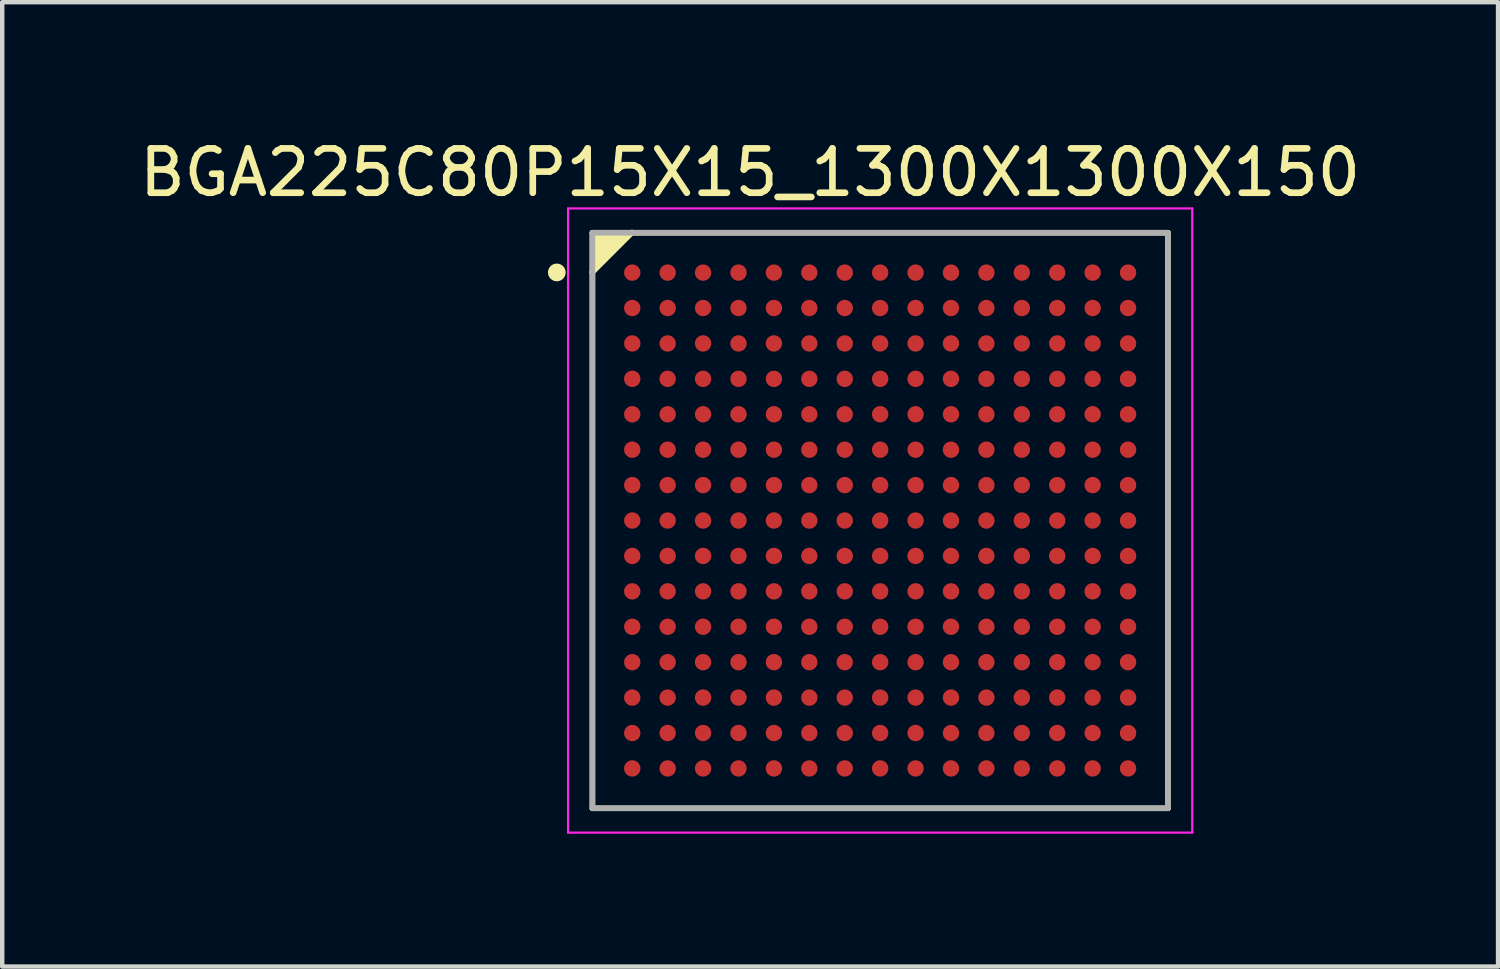
<source format=kicad_pcb>
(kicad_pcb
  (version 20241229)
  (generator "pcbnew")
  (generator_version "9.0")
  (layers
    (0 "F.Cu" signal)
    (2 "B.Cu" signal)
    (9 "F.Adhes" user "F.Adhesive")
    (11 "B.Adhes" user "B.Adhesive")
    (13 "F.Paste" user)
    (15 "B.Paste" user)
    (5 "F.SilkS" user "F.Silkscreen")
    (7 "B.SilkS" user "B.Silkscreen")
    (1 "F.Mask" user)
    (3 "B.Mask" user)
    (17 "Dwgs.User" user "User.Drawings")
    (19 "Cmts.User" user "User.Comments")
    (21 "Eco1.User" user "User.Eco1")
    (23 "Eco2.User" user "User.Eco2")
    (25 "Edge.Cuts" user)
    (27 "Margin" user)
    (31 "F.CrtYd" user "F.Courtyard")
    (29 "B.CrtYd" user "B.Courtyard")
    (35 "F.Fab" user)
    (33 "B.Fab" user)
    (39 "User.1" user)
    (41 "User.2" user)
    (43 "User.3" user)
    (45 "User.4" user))
  (footprint "BGA225C80P15X15_1300X1300X150"
    (layer "F.Cu")
    (at 16.832 8.708)
    (property "Reference" "BGA225C80P15X15_1300X1300X150" (at -2.937 -7.86 0) (layer "F.SilkS") (effects (font (size 1.001 1.001) (thickness 0.15))))
    (attr smd)
    (fp_line (start -6.506 -5.606) (end -5.606 -6.506) (stroke (width 0.127) (type solid)) (layer "F.SilkS"))
    (fp_line (start -6.5 -6.5) (end 6.5 -6.5) (stroke (width 0.127) (type solid)) (layer "F.SilkS"))
    (fp_line (start -6.5 6.5) (end -6.5 -6.5) (stroke (width 0.127) (type solid)) (layer "F.SilkS"))
    (fp_line (start 6.5 -6.5) (end 6.5 6.5) (stroke (width 0.127) (type solid)) (layer "F.SilkS"))
    (fp_line (start 6.5 6.5) (end -6.5 6.5) (stroke (width 0.127) (type solid)) (layer "F.SilkS"))
    (fp_circle (center -7.304 -5.604) (end -7.204 -5.604) (stroke (width 0.2) (type solid)) (fill no) (layer "F.SilkS"))
    (fp_poly (pts (xy -6.5 -6.5) (xy -5.6 -6.5) (xy -6.5 -5.6)) (stroke (width 0.05) (type solid)) (fill yes) (layer "F.SilkS"))
    (fp_line (start -7.05 -7.05) (end 7.05 -7.05) (stroke (width 0.05) (type solid)) (layer "F.CrtYd"))
    (fp_line (start -7.05 7.05) (end -7.05 -7.05) (stroke (width 0.05) (type solid)) (layer "F.CrtYd"))
    (fp_line (start 7.05 -7.05) (end 7.05 7.05) (stroke (width 0.05) (type solid)) (layer "F.CrtYd"))
    (fp_line (start 7.05 7.05) (end -7.05 7.05) (stroke (width 0.05) (type solid)) (layer "F.CrtYd"))
    (fp_line (start -6.5 -6.5) (end 6.5 -6.5) (stroke (width 0.127) (type solid)) (layer "F.Fab"))
    (fp_line (start -6.5 6.5) (end -6.5 -6.5) (stroke (width 0.127) (type solid)) (layer "F.Fab"))
    (fp_line (start 6.5 -6.5) (end 6.5 6.5) (stroke (width 0.127) (type solid)) (layer "F.Fab"))
    (fp_line (start 6.5 6.5) (end -6.5 6.5) (stroke (width 0.127) (type solid)) (layer "F.Fab"))
    (pad "A1" smd circle (at -5.6 -5.6) (size 0.37 0.37) (layers "F.Cu" "F.Mask" "F.Paste"))
    (pad "A2" smd circle (at -4.8 -5.6) (size 0.37 0.37) (layers "F.Cu" "F.Mask" "F.Paste"))
    (pad "A3" smd circle (at -4 -5.6) (size 0.37 0.37) (layers "F.Cu" "F.Mask" "F.Paste"))
    (pad "A4" smd circle (at -3.2 -5.6) (size 0.37 0.37) (layers "F.Cu" "F.Mask" "F.Paste"))
    (pad "A5" smd circle (at -2.4 -5.6) (size 0.37 0.37) (layers "F.Cu" "F.Mask" "F.Paste"))
    (pad "A6" smd circle (at -1.6 -5.6) (size 0.37 0.37) (layers "F.Cu" "F.Mask" "F.Paste"))
    (pad "A7" smd circle (at -0.8 -5.6) (size 0.37 0.37) (layers "F.Cu" "F.Mask" "F.Paste"))
    (pad "A8" smd circle (at 0 -5.6) (size 0.37 0.37) (layers "F.Cu" "F.Mask" "F.Paste"))
    (pad "A9" smd circle (at 0.8 -5.6) (size 0.37 0.37) (layers "F.Cu" "F.Mask" "F.Paste"))
    (pad "A10" smd circle (at 1.6 -5.6) (size 0.37 0.37) (layers "F.Cu" "F.Mask" "F.Paste"))
    (pad "A11" smd circle (at 2.4 -5.6) (size 0.37 0.37) (layers "F.Cu" "F.Mask" "F.Paste"))
    (pad "A12" smd circle (at 3.2 -5.6) (size 0.37 0.37) (layers "F.Cu" "F.Mask" "F.Paste"))
    (pad "A13" smd circle (at 4 -5.6) (size 0.37 0.37) (layers "F.Cu" "F.Mask" "F.Paste"))
    (pad "A14" smd circle (at 4.8 -5.6) (size 0.37 0.37) (layers "F.Cu" "F.Mask" "F.Paste"))
    (pad "A15" smd circle (at 5.6 -5.6) (size 0.37 0.37) (layers "F.Cu" "F.Mask" "F.Paste"))
    (pad "B1" smd circle (at -5.6 -4.8) (size 0.37 0.37) (layers "F.Cu" "F.Mask" "F.Paste"))
    (pad "B2" smd circle (at -4.8 -4.8) (size 0.37 0.37) (layers "F.Cu" "F.Mask" "F.Paste"))
    (pad "B3" smd circle (at -4 -4.8) (size 0.37 0.37) (layers "F.Cu" "F.Mask" "F.Paste"))
    (pad "B4" smd circle (at -3.2 -4.8) (size 0.37 0.37) (layers "F.Cu" "F.Mask" "F.Paste"))
    (pad "B5" smd circle (at -2.4 -4.8) (size 0.37 0.37) (layers "F.Cu" "F.Mask" "F.Paste"))
    (pad "B6" smd circle (at -1.6 -4.8) (size 0.37 0.37) (layers "F.Cu" "F.Mask" "F.Paste"))
    (pad "B7" smd circle (at -0.8 -4.8) (size 0.37 0.37) (layers "F.Cu" "F.Mask" "F.Paste"))
    (pad "B8" smd circle (at 0 -4.8) (size 0.37 0.37) (layers "F.Cu" "F.Mask" "F.Paste"))
    (pad "B9" smd circle (at 0.8 -4.8) (size 0.37 0.37) (layers "F.Cu" "F.Mask" "F.Paste"))
    (pad "B10" smd circle (at 1.6 -4.8) (size 0.37 0.37) (layers "F.Cu" "F.Mask" "F.Paste"))
    (pad "B11" smd circle (at 2.4 -4.8) (size 0.37 0.37) (layers "F.Cu" "F.Mask" "F.Paste"))
    (pad "B12" smd circle (at 3.2 -4.8) (size 0.37 0.37) (layers "F.Cu" "F.Mask" "F.Paste"))
    (pad "B13" smd circle (at 4 -4.8) (size 0.37 0.37) (layers "F.Cu" "F.Mask" "F.Paste"))
    (pad "B14" smd circle (at 4.8 -4.8) (size 0.37 0.37) (layers "F.Cu" "F.Mask" "F.Paste"))
    (pad "B15" smd circle (at 5.6 -4.8) (size 0.37 0.37) (layers "F.Cu" "F.Mask" "F.Paste"))
    (pad "C1" smd circle (at -5.6 -4) (size 0.37 0.37) (layers "F.Cu" "F.Mask" "F.Paste"))
    (pad "C2" smd circle (at -4.8 -4) (size 0.37 0.37) (layers "F.Cu" "F.Mask" "F.Paste"))
    (pad "C3" smd circle (at -4 -4) (size 0.37 0.37) (layers "F.Cu" "F.Mask" "F.Paste"))
    (pad "C4" smd circle (at -3.2 -4) (size 0.37 0.37) (layers "F.Cu" "F.Mask" "F.Paste"))
    (pad "C5" smd circle (at -2.4 -4) (size 0.37 0.37) (layers "F.Cu" "F.Mask" "F.Paste"))
    (pad "C6" smd circle (at -1.6 -4) (size 0.37 0.37) (layers "F.Cu" "F.Mask" "F.Paste"))
    (pad "C7" smd circle (at -0.8 -4) (size 0.37 0.37) (layers "F.Cu" "F.Mask" "F.Paste"))
    (pad "C8" smd circle (at 0 -4) (size 0.37 0.37) (layers "F.Cu" "F.Mask" "F.Paste"))
    (pad "C9" smd circle (at 0.8 -4) (size 0.37 0.37) (layers "F.Cu" "F.Mask" "F.Paste"))
    (pad "C10" smd circle (at 1.6 -4) (size 0.37 0.37) (layers "F.Cu" "F.Mask" "F.Paste"))
    (pad "C11" smd circle (at 2.4 -4) (size 0.37 0.37) (layers "F.Cu" "F.Mask" "F.Paste"))
    (pad "C12" smd circle (at 3.2 -4) (size 0.37 0.37) (layers "F.Cu" "F.Mask" "F.Paste"))
    (pad "C13" smd circle (at 4 -4) (size 0.37 0.37) (layers "F.Cu" "F.Mask" "F.Paste"))
    (pad "C14" smd circle (at 4.8 -4) (size 0.37 0.37) (layers "F.Cu" "F.Mask" "F.Paste"))
    (pad "C15" smd circle (at 5.6 -4) (size 0.37 0.37) (layers "F.Cu" "F.Mask" "F.Paste"))
    (pad "D1" smd circle (at -5.6 -3.2) (size 0.37 0.37) (layers "F.Cu" "F.Mask" "F.Paste"))
    (pad "D2" smd circle (at -4.8 -3.2) (size 0.37 0.37) (layers "F.Cu" "F.Mask" "F.Paste"))
    (pad "D3" smd circle (at -4 -3.2) (size 0.37 0.37) (layers "F.Cu" "F.Mask" "F.Paste"))
    (pad "D4" smd circle (at -3.2 -3.2) (size 0.37 0.37) (layers "F.Cu" "F.Mask" "F.Paste"))
    (pad "D5" smd circle (at -2.4 -3.2) (size 0.37 0.37) (layers "F.Cu" "F.Mask" "F.Paste"))
    (pad "D6" smd circle (at -1.6 -3.2) (size 0.37 0.37) (layers "F.Cu" "F.Mask" "F.Paste"))
    (pad "D7" smd circle (at -0.8 -3.2) (size 0.37 0.37) (layers "F.Cu" "F.Mask" "F.Paste"))
    (pad "D8" smd circle (at 0 -3.2) (size 0.37 0.37) (layers "F.Cu" "F.Mask" "F.Paste"))
    (pad "D9" smd circle (at 0.8 -3.2) (size 0.37 0.37) (layers "F.Cu" "F.Mask" "F.Paste"))
    (pad "D10" smd circle (at 1.6 -3.2) (size 0.37 0.37) (layers "F.Cu" "F.Mask" "F.Paste"))
    (pad "D11" smd circle (at 2.4 -3.2) (size 0.37 0.37) (layers "F.Cu" "F.Mask" "F.Paste"))
    (pad "D12" smd circle (at 3.2 -3.2) (size 0.37 0.37) (layers "F.Cu" "F.Mask" "F.Paste"))
    (pad "D13" smd circle (at 4 -3.2) (size 0.37 0.37) (layers "F.Cu" "F.Mask" "F.Paste"))
    (pad "D14" smd circle (at 4.8 -3.2) (size 0.37 0.37) (layers "F.Cu" "F.Mask" "F.Paste"))
    (pad "D15" smd circle (at 5.6 -3.2) (size 0.37 0.37) (layers "F.Cu" "F.Mask" "F.Paste"))
    (pad "E1" smd circle (at -5.6 -2.4) (size 0.37 0.37) (layers "F.Cu" "F.Mask" "F.Paste"))
    (pad "E2" smd circle (at -4.8 -2.4) (size 0.37 0.37) (layers "F.Cu" "F.Mask" "F.Paste"))
    (pad "E3" smd circle (at -4 -2.4) (size 0.37 0.37) (layers "F.Cu" "F.Mask" "F.Paste"))
    (pad "E4" smd circle (at -3.2 -2.4) (size 0.37 0.37) (layers "F.Cu" "F.Mask" "F.Paste"))
    (pad "E5" smd circle (at -2.4 -2.4) (size 0.37 0.37) (layers "F.Cu" "F.Mask" "F.Paste"))
    (pad "E6" smd circle (at -1.6 -2.4) (size 0.37 0.37) (layers "F.Cu" "F.Mask" "F.Paste"))
    (pad "E7" smd circle (at -0.8 -2.4) (size 0.37 0.37) (layers "F.Cu" "F.Mask" "F.Paste"))
    (pad "E8" smd circle (at 0 -2.4) (size 0.37 0.37) (layers "F.Cu" "F.Mask" "F.Paste"))
    (pad "E9" smd circle (at 0.8 -2.4) (size 0.37 0.37) (layers "F.Cu" "F.Mask" "F.Paste"))
    (pad "E10" smd circle (at 1.6 -2.4) (size 0.37 0.37) (layers "F.Cu" "F.Mask" "F.Paste"))
    (pad "E11" smd circle (at 2.4 -2.4) (size 0.37 0.37) (layers "F.Cu" "F.Mask" "F.Paste"))
    (pad "E12" smd circle (at 3.2 -2.4) (size 0.37 0.37) (layers "F.Cu" "F.Mask" "F.Paste"))
    (pad "E13" smd circle (at 4 -2.4) (size 0.37 0.37) (layers "F.Cu" "F.Mask" "F.Paste"))
    (pad "E14" smd circle (at 4.8 -2.4) (size 0.37 0.37) (layers "F.Cu" "F.Mask" "F.Paste"))
    (pad "E15" smd circle (at 5.6 -2.4) (size 0.37 0.37) (layers "F.Cu" "F.Mask" "F.Paste"))
    (pad "F1" smd circle (at -5.6 -1.6) (size 0.37 0.37) (layers "F.Cu" "F.Mask" "F.Paste"))
    (pad "F2" smd circle (at -4.8 -1.6) (size 0.37 0.37) (layers "F.Cu" "F.Mask" "F.Paste"))
    (pad "F3" smd circle (at -4 -1.6) (size 0.37 0.37) (layers "F.Cu" "F.Mask" "F.Paste"))
    (pad "F4" smd circle (at -3.2 -1.6) (size 0.37 0.37) (layers "F.Cu" "F.Mask" "F.Paste"))
    (pad "F5" smd circle (at -2.4 -1.6) (size 0.37 0.37) (layers "F.Cu" "F.Mask" "F.Paste"))
    (pad "F6" smd circle (at -1.6 -1.6) (size 0.37 0.37) (layers "F.Cu" "F.Mask" "F.Paste"))
    (pad "F7" smd circle (at -0.8 -1.6) (size 0.37 0.37) (layers "F.Cu" "F.Mask" "F.Paste"))
    (pad "F8" smd circle (at 0 -1.6) (size 0.37 0.37) (layers "F.Cu" "F.Mask" "F.Paste"))
    (pad "F9" smd circle (at 0.8 -1.6) (size 0.37 0.37) (layers "F.Cu" "F.Mask" "F.Paste"))
    (pad "F10" smd circle (at 1.6 -1.6) (size 0.37 0.37) (layers "F.Cu" "F.Mask" "F.Paste"))
    (pad "F11" smd circle (at 2.4 -1.6) (size 0.37 0.37) (layers "F.Cu" "F.Mask" "F.Paste"))
    (pad "F12" smd circle (at 3.2 -1.6) (size 0.37 0.37) (layers "F.Cu" "F.Mask" "F.Paste"))
    (pad "F13" smd circle (at 4 -1.6) (size 0.37 0.37) (layers "F.Cu" "F.Mask" "F.Paste"))
    (pad "F14" smd circle (at 4.8 -1.6) (size 0.37 0.37) (layers "F.Cu" "F.Mask" "F.Paste"))
    (pad "F15" smd circle (at 5.6 -1.6) (size 0.37 0.37) (layers "F.Cu" "F.Mask" "F.Paste"))
    (pad "G1" smd circle (at -5.6 -0.8) (size 0.37 0.37) (layers "F.Cu" "F.Mask" "F.Paste"))
    (pad "G2" smd circle (at -4.8 -0.8) (size 0.37 0.37) (layers "F.Cu" "F.Mask" "F.Paste"))
    (pad "G3" smd circle (at -4 -0.8) (size 0.37 0.37) (layers "F.Cu" "F.Mask" "F.Paste"))
    (pad "G4" smd circle (at -3.2 -0.8) (size 0.37 0.37) (layers "F.Cu" "F.Mask" "F.Paste"))
    (pad "G5" smd circle (at -2.4 -0.8) (size 0.37 0.37) (layers "F.Cu" "F.Mask" "F.Paste"))
    (pad "G6" smd circle (at -1.6 -0.8) (size 0.37 0.37) (layers "F.Cu" "F.Mask" "F.Paste"))
    (pad "G7" smd circle (at -0.8 -0.8) (size 0.37 0.37) (layers "F.Cu" "F.Mask" "F.Paste"))
    (pad "G8" smd circle (at 0 -0.8) (size 0.37 0.37) (layers "F.Cu" "F.Mask" "F.Paste"))
    (pad "G9" smd circle (at 0.8 -0.8) (size 0.37 0.37) (layers "F.Cu" "F.Mask" "F.Paste"))
    (pad "G10" smd circle (at 1.6 -0.8) (size 0.37 0.37) (layers "F.Cu" "F.Mask" "F.Paste"))
    (pad "G11" smd circle (at 2.4 -0.8) (size 0.37 0.37) (layers "F.Cu" "F.Mask" "F.Paste"))
    (pad "G12" smd circle (at 3.2 -0.8) (size 0.37 0.37) (layers "F.Cu" "F.Mask" "F.Paste"))
    (pad "G13" smd circle (at 4 -0.8) (size 0.37 0.37) (layers "F.Cu" "F.Mask" "F.Paste"))
    (pad "G14" smd circle (at 4.8 -0.8) (size 0.37 0.37) (layers "F.Cu" "F.Mask" "F.Paste"))
    (pad "G15" smd circle (at 5.6 -0.8) (size 0.37 0.37) (layers "F.Cu" "F.Mask" "F.Paste"))
    (pad "H1" smd circle (at -5.6 0) (size 0.37 0.37) (layers "F.Cu" "F.Mask" "F.Paste"))
    (pad "H2" smd circle (at -4.8 0) (size 0.37 0.37) (layers "F.Cu" "F.Mask" "F.Paste"))
    (pad "H3" smd circle (at -4 0) (size 0.37 0.37) (layers "F.Cu" "F.Mask" "F.Paste"))
    (pad "H4" smd circle (at -3.2 0) (size 0.37 0.37) (layers "F.Cu" "F.Mask" "F.Paste"))
    (pad "H5" smd circle (at -2.4 0) (size 0.37 0.37) (layers "F.Cu" "F.Mask" "F.Paste"))
    (pad "H6" smd circle (at -1.6 0) (size 0.37 0.37) (layers "F.Cu" "F.Mask" "F.Paste"))
    (pad "H7" smd circle (at -0.8 0) (size 0.37 0.37) (layers "F.Cu" "F.Mask" "F.Paste"))
    (pad "H8" smd circle (at 0 0) (size 0.37 0.37) (layers "F.Cu" "F.Mask" "F.Paste"))
    (pad "H9" smd circle (at 0.8 0) (size 0.37 0.37) (layers "F.Cu" "F.Mask" "F.Paste"))
    (pad "H10" smd circle (at 1.6 0) (size 0.37 0.37) (layers "F.Cu" "F.Mask" "F.Paste"))
    (pad "H11" smd circle (at 2.4 0) (size 0.37 0.37) (layers "F.Cu" "F.Mask" "F.Paste"))
    (pad "H12" smd circle (at 3.2 0) (size 0.37 0.37) (layers "F.Cu" "F.Mask" "F.Paste"))
    (pad "H13" smd circle (at 4 0) (size 0.37 0.37) (layers "F.Cu" "F.Mask" "F.Paste"))
    (pad "H14" smd circle (at 4.8 0) (size 0.37 0.37) (layers "F.Cu" "F.Mask" "F.Paste"))
    (pad "H15" smd circle (at 5.6 0) (size 0.37 0.37) (layers "F.Cu" "F.Mask" "F.Paste"))
    (pad "J1" smd circle (at -5.6 0.8) (size 0.37 0.37) (layers "F.Cu" "F.Mask" "F.Paste"))
    (pad "J2" smd circle (at -4.8 0.8) (size 0.37 0.37) (layers "F.Cu" "F.Mask" "F.Paste"))
    (pad "J3" smd circle (at -4 0.8) (size 0.37 0.37) (layers "F.Cu" "F.Mask" "F.Paste"))
    (pad "J4" smd circle (at -3.2 0.8) (size 0.37 0.37) (layers "F.Cu" "F.Mask" "F.Paste"))
    (pad "J5" smd circle (at -2.4 0.8) (size 0.37 0.37) (layers "F.Cu" "F.Mask" "F.Paste"))
    (pad "J6" smd circle (at -1.6 0.8) (size 0.37 0.37) (layers "F.Cu" "F.Mask" "F.Paste"))
    (pad "J7" smd circle (at -0.8 0.8) (size 0.37 0.37) (layers "F.Cu" "F.Mask" "F.Paste"))
    (pad "J8" smd circle (at 0 0.8) (size 0.37 0.37) (layers "F.Cu" "F.Mask" "F.Paste"))
    (pad "J9" smd circle (at 0.8 0.8) (size 0.37 0.37) (layers "F.Cu" "F.Mask" "F.Paste"))
    (pad "J10" smd circle (at 1.6 0.8) (size 0.37 0.37) (layers "F.Cu" "F.Mask" "F.Paste"))
    (pad "J11" smd circle (at 2.4 0.8) (size 0.37 0.37) (layers "F.Cu" "F.Mask" "F.Paste"))
    (pad "J12" smd circle (at 3.2 0.8) (size 0.37 0.37) (layers "F.Cu" "F.Mask" "F.Paste"))
    (pad "J13" smd circle (at 4 0.8) (size 0.37 0.37) (layers "F.Cu" "F.Mask" "F.Paste"))
    (pad "J14" smd circle (at 4.8 0.8) (size 0.37 0.37) (layers "F.Cu" "F.Mask" "F.Paste"))
    (pad "J15" smd circle (at 5.6 0.8) (size 0.37 0.37) (layers "F.Cu" "F.Mask" "F.Paste"))
    (pad "K1" smd circle (at -5.6 1.6) (size 0.37 0.37) (layers "F.Cu" "F.Mask" "F.Paste"))
    (pad "K2" smd circle (at -4.8 1.6) (size 0.37 0.37) (layers "F.Cu" "F.Mask" "F.Paste"))
    (pad "K3" smd circle (at -4 1.6) (size 0.37 0.37) (layers "F.Cu" "F.Mask" "F.Paste"))
    (pad "K4" smd circle (at -3.2 1.6) (size 0.37 0.37) (layers "F.Cu" "F.Mask" "F.Paste"))
    (pad "K5" smd circle (at -2.4 1.6) (size 0.37 0.37) (layers "F.Cu" "F.Mask" "F.Paste"))
    (pad "K6" smd circle (at -1.6 1.6) (size 0.37 0.37) (layers "F.Cu" "F.Mask" "F.Paste"))
    (pad "K7" smd circle (at -0.8 1.6) (size 0.37 0.37) (layers "F.Cu" "F.Mask" "F.Paste"))
    (pad "K8" smd circle (at 0 1.6) (size 0.37 0.37) (layers "F.Cu" "F.Mask" "F.Paste"))
    (pad "K9" smd circle (at 0.8 1.6) (size 0.37 0.37) (layers "F.Cu" "F.Mask" "F.Paste"))
    (pad "K10" smd circle (at 1.6 1.6) (size 0.37 0.37) (layers "F.Cu" "F.Mask" "F.Paste"))
    (pad "K11" smd circle (at 2.4 1.6) (size 0.37 0.37) (layers "F.Cu" "F.Mask" "F.Paste"))
    (pad "K12" smd circle (at 3.2 1.6) (size 0.37 0.37) (layers "F.Cu" "F.Mask" "F.Paste"))
    (pad "K13" smd circle (at 4 1.6) (size 0.37 0.37) (layers "F.Cu" "F.Mask" "F.Paste"))
    (pad "K14" smd circle (at 4.8 1.6) (size 0.37 0.37) (layers "F.Cu" "F.Mask" "F.Paste"))
    (pad "K15" smd circle (at 5.6 1.6) (size 0.37 0.37) (layers "F.Cu" "F.Mask" "F.Paste"))
    (pad "L1" smd circle (at -5.6 2.4) (size 0.37 0.37) (layers "F.Cu" "F.Mask" "F.Paste"))
    (pad "L2" smd circle (at -4.8 2.4) (size 0.37 0.37) (layers "F.Cu" "F.Mask" "F.Paste"))
    (pad "L3" smd circle (at -4 2.4) (size 0.37 0.37) (layers "F.Cu" "F.Mask" "F.Paste"))
    (pad "L4" smd circle (at -3.2 2.4) (size 0.37 0.37) (layers "F.Cu" "F.Mask" "F.Paste"))
    (pad "L5" smd circle (at -2.4 2.4) (size 0.37 0.37) (layers "F.Cu" "F.Mask" "F.Paste"))
    (pad "L6" smd circle (at -1.6 2.4) (size 0.37 0.37) (layers "F.Cu" "F.Mask" "F.Paste"))
    (pad "L7" smd circle (at -0.8 2.4) (size 0.37 0.37) (layers "F.Cu" "F.Mask" "F.Paste"))
    (pad "L8" smd circle (at 0 2.4) (size 0.37 0.37) (layers "F.Cu" "F.Mask" "F.Paste"))
    (pad "L9" smd circle (at 0.8 2.4) (size 0.37 0.37) (layers "F.Cu" "F.Mask" "F.Paste"))
    (pad "L10" smd circle (at 1.6 2.4) (size 0.37 0.37) (layers "F.Cu" "F.Mask" "F.Paste"))
    (pad "L11" smd circle (at 2.4 2.4) (size 0.37 0.37) (layers "F.Cu" "F.Mask" "F.Paste"))
    (pad "L12" smd circle (at 3.2 2.4) (size 0.37 0.37) (layers "F.Cu" "F.Mask" "F.Paste"))
    (pad "L13" smd circle (at 4 2.4) (size 0.37 0.37) (layers "F.Cu" "F.Mask" "F.Paste"))
    (pad "L14" smd circle (at 4.8 2.4) (size 0.37 0.37) (layers "F.Cu" "F.Mask" "F.Paste"))
    (pad "L15" smd circle (at 5.6 2.4) (size 0.37 0.37) (layers "F.Cu" "F.Mask" "F.Paste"))
    (pad "M1" smd circle (at -5.6 3.2) (size 0.37 0.37) (layers "F.Cu" "F.Mask" "F.Paste"))
    (pad "M2" smd circle (at -4.8 3.2) (size 0.37 0.37) (layers "F.Cu" "F.Mask" "F.Paste"))
    (pad "M3" smd circle (at -4 3.2) (size 0.37 0.37) (layers "F.Cu" "F.Mask" "F.Paste"))
    (pad "M4" smd circle (at -3.2 3.2) (size 0.37 0.37) (layers "F.Cu" "F.Mask" "F.Paste"))
    (pad "M5" smd circle (at -2.4 3.2) (size 0.37 0.37) (layers "F.Cu" "F.Mask" "F.Paste"))
    (pad "M6" smd circle (at -1.6 3.2) (size 0.37 0.37) (layers "F.Cu" "F.Mask" "F.Paste"))
    (pad "M7" smd circle (at -0.8 3.2) (size 0.37 0.37) (layers "F.Cu" "F.Mask" "F.Paste"))
    (pad "M8" smd circle (at 0 3.2) (size 0.37 0.37) (layers "F.Cu" "F.Mask" "F.Paste"))
    (pad "M9" smd circle (at 0.8 3.2) (size 0.37 0.37) (layers "F.Cu" "F.Mask" "F.Paste"))
    (pad "M10" smd circle (at 1.6 3.2) (size 0.37 0.37) (layers "F.Cu" "F.Mask" "F.Paste"))
    (pad "M11" smd circle (at 2.4 3.2) (size 0.37 0.37) (layers "F.Cu" "F.Mask" "F.Paste"))
    (pad "M12" smd circle (at 3.2 3.2) (size 0.37 0.37) (layers "F.Cu" "F.Mask" "F.Paste"))
    (pad "M13" smd circle (at 4 3.2) (size 0.37 0.37) (layers "F.Cu" "F.Mask" "F.Paste"))
    (pad "M14" smd circle (at 4.8 3.2) (size 0.37 0.37) (layers "F.Cu" "F.Mask" "F.Paste"))
    (pad "M15" smd circle (at 5.6 3.2) (size 0.37 0.37) (layers "F.Cu" "F.Mask" "F.Paste"))
    (pad "N1" smd circle (at -5.6 4) (size 0.37 0.37) (layers "F.Cu" "F.Mask" "F.Paste"))
    (pad "N2" smd circle (at -4.8 4) (size 0.37 0.37) (layers "F.Cu" "F.Mask" "F.Paste"))
    (pad "N3" smd circle (at -4 4) (size 0.37 0.37) (layers "F.Cu" "F.Mask" "F.Paste"))
    (pad "N4" smd circle (at -3.2 4) (size 0.37 0.37) (layers "F.Cu" "F.Mask" "F.Paste"))
    (pad "N5" smd circle (at -2.4 4) (size 0.37 0.37) (layers "F.Cu" "F.Mask" "F.Paste"))
    (pad "N6" smd circle (at -1.6 4) (size 0.37 0.37) (layers "F.Cu" "F.Mask" "F.Paste"))
    (pad "N7" smd circle (at -0.8 4) (size 0.37 0.37) (layers "F.Cu" "F.Mask" "F.Paste"))
    (pad "N8" smd circle (at 0 4) (size 0.37 0.37) (layers "F.Cu" "F.Mask" "F.Paste"))
    (pad "N9" smd circle (at 0.8 4) (size 0.37 0.37) (layers "F.Cu" "F.Mask" "F.Paste"))
    (pad "N10" smd circle (at 1.6 4) (size 0.37 0.37) (layers "F.Cu" "F.Mask" "F.Paste"))
    (pad "N11" smd circle (at 2.4 4) (size 0.37 0.37) (layers "F.Cu" "F.Mask" "F.Paste"))
    (pad "N12" smd circle (at 3.2 4) (size 0.37 0.37) (layers "F.Cu" "F.Mask" "F.Paste"))
    (pad "N13" smd circle (at 4 4) (size 0.37 0.37) (layers "F.Cu" "F.Mask" "F.Paste"))
    (pad "N14" smd circle (at 4.8 4) (size 0.37 0.37) (layers "F.Cu" "F.Mask" "F.Paste"))
    (pad "N15" smd circle (at 5.6 4) (size 0.37 0.37) (layers "F.Cu" "F.Mask" "F.Paste"))
    (pad "P1" smd circle (at -5.6 4.8) (size 0.37 0.37) (layers "F.Cu" "F.Mask" "F.Paste"))
    (pad "P2" smd circle (at -4.8 4.8) (size 0.37 0.37) (layers "F.Cu" "F.Mask" "F.Paste"))
    (pad "P3" smd circle (at -4 4.8) (size 0.37 0.37) (layers "F.Cu" "F.Mask" "F.Paste"))
    (pad "P4" smd circle (at -3.2 4.8) (size 0.37 0.37) (layers "F.Cu" "F.Mask" "F.Paste"))
    (pad "P5" smd circle (at -2.4 4.8) (size 0.37 0.37) (layers "F.Cu" "F.Mask" "F.Paste"))
    (pad "P6" smd circle (at -1.6 4.8) (size 0.37 0.37) (layers "F.Cu" "F.Mask" "F.Paste"))
    (pad "P7" smd circle (at -0.8 4.8) (size 0.37 0.37) (layers "F.Cu" "F.Mask" "F.Paste"))
    (pad "P8" smd circle (at 0 4.8) (size 0.37 0.37) (layers "F.Cu" "F.Mask" "F.Paste"))
    (pad "P9" smd circle (at 0.8 4.8) (size 0.37 0.37) (layers "F.Cu" "F.Mask" "F.Paste"))
    (pad "P10" smd circle (at 1.6 4.8) (size 0.37 0.37) (layers "F.Cu" "F.Mask" "F.Paste"))
    (pad "P11" smd circle (at 2.4 4.8) (size 0.37 0.37) (layers "F.Cu" "F.Mask" "F.Paste"))
    (pad "P12" smd circle (at 3.2 4.8) (size 0.37 0.37) (layers "F.Cu" "F.Mask" "F.Paste"))
    (pad "P13" smd circle (at 4 4.8) (size 0.37 0.37) (layers "F.Cu" "F.Mask" "F.Paste"))
    (pad "P14" smd circle (at 4.8 4.8) (size 0.37 0.37) (layers "F.Cu" "F.Mask" "F.Paste"))
    (pad "P15" smd circle (at 5.6 4.8) (size 0.37 0.37) (layers "F.Cu" "F.Mask" "F.Paste"))
    (pad "R1" smd circle (at -5.6 5.6) (size 0.37 0.37) (layers "F.Cu" "F.Mask" "F.Paste"))
    (pad "R2" smd circle (at -4.8 5.6) (size 0.37 0.37) (layers "F.Cu" "F.Mask" "F.Paste"))
    (pad "R3" smd circle (at -4 5.6) (size 0.37 0.37) (layers "F.Cu" "F.Mask" "F.Paste"))
    (pad "R4" smd circle (at -3.2 5.6) (size 0.37 0.37) (layers "F.Cu" "F.Mask" "F.Paste"))
    (pad "R5" smd circle (at -2.4 5.6) (size 0.37 0.37) (layers "F.Cu" "F.Mask" "F.Paste"))
    (pad "R6" smd circle (at -1.6 5.6) (size 0.37 0.37) (layers "F.Cu" "F.Mask" "F.Paste"))
    (pad "R7" smd circle (at -0.8 5.6) (size 0.37 0.37) (layers "F.Cu" "F.Mask" "F.Paste"))
    (pad "R8" smd circle (at 0 5.6) (size 0.37 0.37) (layers "F.Cu" "F.Mask" "F.Paste"))
    (pad "R9" smd circle (at 0.8 5.6) (size 0.37 0.37) (layers "F.Cu" "F.Mask" "F.Paste"))
    (pad "R10" smd circle (at 1.6 5.6) (size 0.37 0.37) (layers "F.Cu" "F.Mask" "F.Paste"))
    (pad "R11" smd circle (at 2.4 5.6) (size 0.37 0.37) (layers "F.Cu" "F.Mask" "F.Paste"))
    (pad "R12" smd circle (at 3.2 5.6) (size 0.37 0.37) (layers "F.Cu" "F.Mask" "F.Paste"))
    (pad "R13" smd circle (at 4 5.6) (size 0.37 0.37) (layers "F.Cu" "F.Mask" "F.Paste"))
    (pad "R14" smd circle (at 4.8 5.6) (size 0.37 0.37) (layers "F.Cu" "F.Mask" "F.Paste"))
    (pad "R15" smd circle (at 5.6 5.6) (size 0.37 0.37) (layers "F.Cu" "F.Mask" "F.Paste")))
  (gr_rect
    (start -3 -3)
    (end 30.79 18.783)
    (stroke (width 0.1) (type default))
    (fill no)
    (layer "Edge.Cuts")))
</source>
